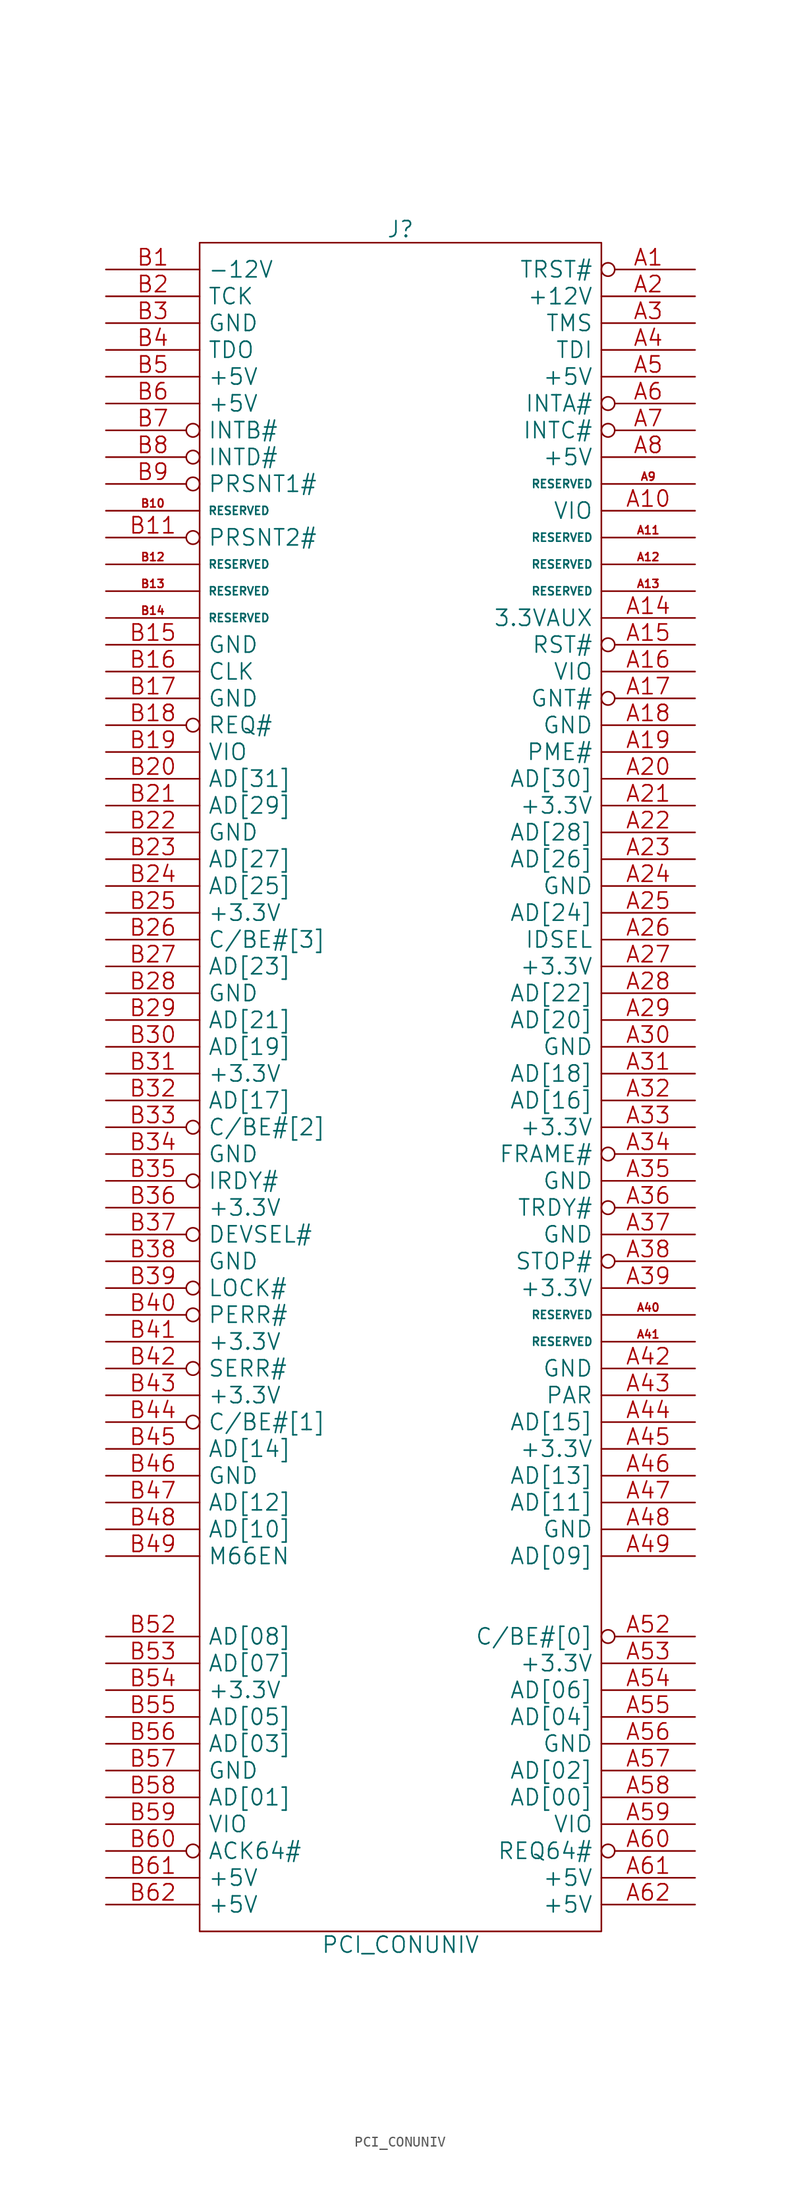
<source format=kicad_sym>
(kicad_symbol_lib
  (version 20231120)
  (generator "kicad_symbol_editor")
  (generator_version "8.0")
  (symbol "PCI_CONUNIV"
    (pin_names
      (offset 0.762))
    (property "Reference" "J"
      (at 0 81.28 0)
      (effects (font (size 1.524 1.524))))
    (property "Value" "PCI_CONUNIV"
      (at 0 -81.28 0)
      (effects (font (size 1.524 1.524))))
    (property "Footprint" ""
      (at 0 0 0)
      (effects (font (size 1.524 1.524))))
    (property "Datasheet" ""
      (at 0 0 0)
      (effects (font (size 1.524 1.524))))
    (symbol "PCI_CONUNIV_0_1"
      (rectangle (start -19.05 80.01) (end 19.05 -80.01) (stroke (width 0) (type default)) (fill (type none))))
    (symbol "PCI_CONUNIV_1_1"
      (pin output inverted (at 27.94 77.47 180) (length 8.89) (name "TRST#" (effects (font (size 1.524 1.524)))) (number "A1" (effects (font (size 1.524 1.524)))))
      (pin power_in line (at 27.94 54.61 180) (length 8.89) (name "VIO" (effects (font (size 1.524 1.524)))) (number "A10" (effects (font (size 1.524 1.524)))))
      (pin passive line (at 27.94 52.07 180) (length 8.89) (name "RESERVED" (effects (font (size 0.762 0.762)))) (number "A11" (effects (font (size 0.762 0.762)))))
      (pin passive line (at 27.94 49.53 180) (length 8.89) (name "RESERVED" (effects (font (size 0.762 0.762)))) (number "A12" (effects (font (size 0.762 0.762)))))
      (pin passive line (at 27.94 46.99 180) (length 8.89) (name "RESERVED" (effects (font (size 0.762 0.762)))) (number "A13" (effects (font (size 0.762 0.762)))))
      (pin passive line (at 27.94 44.45 180) (length 8.89) (name "3.3VAUX" (effects (font (size 1.524 1.524)))) (number "A14" (effects (font (size 1.524 1.524)))))
      (pin output inverted (at 27.94 41.91 180) (length 8.89) (name "RST#" (effects (font (size 1.524 1.524)))) (number "A15" (effects (font (size 1.524 1.524)))))
      (pin power_in line (at 27.94 39.37 180) (length 8.89) (name "VIO" (effects (font (size 1.524 1.524)))) (number "A16" (effects (font (size 1.524 1.524)))))
      (pin bidirectional inverted (at 27.94 36.83 180) (length 8.89) (name "GNT#" (effects (font (size 1.524 1.524)))) (number "A17" (effects (font (size 1.524 1.524)))))
      (pin power_in line (at 27.94 34.29 180) (length 8.89) (name "GND" (effects (font (size 1.524 1.524)))) (number "A18" (effects (font (size 1.524 1.524)))))
      (pin passive line (at 27.94 31.75 180) (length 8.89) (name "PME#" (effects (font (size 1.524 1.524)))) (number "A19" (effects (font (size 1.524 1.524)))))
      (pin power_in line (at 27.94 74.93 180) (length 8.89) (name "+12V" (effects (font (size 1.524 1.524)))) (number "A2" (effects (font (size 1.524 1.524)))))
      (pin bidirectional line (at 27.94 29.21 180) (length 8.89) (name "AD[30]" (effects (font (size 1.524 1.524)))) (number "A20" (effects (font (size 1.524 1.524)))))
      (pin power_in line (at 27.94 26.67 180) (length 8.89) (name "+3.3V" (effects (font (size 1.524 1.524)))) (number "A21" (effects (font (size 1.524 1.524)))))
      (pin bidirectional line (at 27.94 24.13 180) (length 8.89) (name "AD[28]" (effects (font (size 1.524 1.524)))) (number "A22" (effects (font (size 1.524 1.524)))))
      (pin bidirectional line (at 27.94 21.59 180) (length 8.89) (name "AD[26]" (effects (font (size 1.524 1.524)))) (number "A23" (effects (font (size 1.524 1.524)))))
      (pin power_in line (at 27.94 19.05 180) (length 8.89) (name "GND" (effects (font (size 1.524 1.524)))) (number "A24" (effects (font (size 1.524 1.524)))))
      (pin bidirectional line (at 27.94 16.51 180) (length 8.89) (name "AD[24]" (effects (font (size 1.524 1.524)))) (number "A25" (effects (font (size 1.524 1.524)))))
      (pin output line (at 27.94 13.97 180) (length 8.89) (name "IDSEL" (effects (font (size 1.524 1.524)))) (number "A26" (effects (font (size 1.524 1.524)))))
      (pin power_in line (at 27.94 11.43 180) (length 8.89) (name "+3.3V" (effects (font (size 1.524 1.524)))) (number "A27" (effects (font (size 1.524 1.524)))))
      (pin bidirectional line (at 27.94 8.89 180) (length 8.89) (name "AD[22]" (effects (font (size 1.524 1.524)))) (number "A28" (effects (font (size 1.524 1.524)))))
      (pin bidirectional line (at 27.94 6.35 180) (length 8.89) (name "AD[20]" (effects (font (size 1.524 1.524)))) (number "A29" (effects (font (size 1.524 1.524)))))
      (pin output line (at 27.94 72.39 180) (length 8.89) (name "TMS" (effects (font (size 1.524 1.524)))) (number "A3" (effects (font (size 1.524 1.524)))))
      (pin power_in line (at 27.94 3.81 180) (length 8.89) (name "GND" (effects (font (size 1.524 1.524)))) (number "A30" (effects (font (size 1.524 1.524)))))
      (pin bidirectional line (at 27.94 1.27 180) (length 8.89) (name "AD[18]" (effects (font (size 1.524 1.524)))) (number "A31" (effects (font (size 1.524 1.524)))))
      (pin bidirectional line (at 27.94 -1.27 180) (length 8.89) (name "AD[16]" (effects (font (size 1.524 1.524)))) (number "A32" (effects (font (size 1.524 1.524)))))
      (pin power_in line (at 27.94 -3.81 180) (length 8.89) (name "+3.3V" (effects (font (size 1.524 1.524)))) (number "A33" (effects (font (size 1.524 1.524)))))
      (pin bidirectional inverted (at 27.94 -6.35 180) (length 8.89) (name "FRAME#" (effects (font (size 1.524 1.524)))) (number "A34" (effects (font (size 1.524 1.524)))))
      (pin power_in line (at 27.94 -8.89 180) (length 8.89) (name "GND" (effects (font (size 1.524 1.524)))) (number "A35" (effects (font (size 1.524 1.524)))))
      (pin bidirectional inverted (at 27.94 -11.43 180) (length 8.89) (name "TRDY#" (effects (font (size 1.524 1.524)))) (number "A36" (effects (font (size 1.524 1.524)))))
      (pin power_in line (at 27.94 -13.97 180) (length 8.89) (name "GND" (effects (font (size 1.524 1.524)))) (number "A37" (effects (font (size 1.524 1.524)))))
      (pin bidirectional inverted (at 27.94 -16.51 180) (length 8.89) (name "STOP#" (effects (font (size 1.524 1.524)))) (number "A38" (effects (font (size 1.524 1.524)))))
      (pin power_in line (at 27.94 -19.05 180) (length 8.89) (name "+3.3V" (effects (font (size 1.524 1.524)))) (number "A39" (effects (font (size 1.524 1.524)))))
      (pin output line (at 27.94 69.85 180) (length 8.89) (name "TDI" (effects (font (size 1.524 1.524)))) (number "A4" (effects (font (size 1.524 1.524)))))
      (pin bidirectional line (at 27.94 -21.59 180) (length 8.89) (name "RESERVED" (effects (font (size 0.762 0.762)))) (number "A40" (effects (font (size 0.762 0.762)))))
      (pin bidirectional line (at 27.94 -24.13 180) (length 8.89) (name "RESERVED" (effects (font (size 0.762 0.762)))) (number "A41" (effects (font (size 0.762 0.762)))))
      (pin power_in line (at 27.94 -26.67 180) (length 8.89) (name "GND" (effects (font (size 1.524 1.524)))) (number "A42" (effects (font (size 1.524 1.524)))))
      (pin bidirectional line (at 27.94 -29.21 180) (length 8.89) (name "PAR" (effects (font (size 1.524 1.524)))) (number "A43" (effects (font (size 1.524 1.524)))))
      (pin bidirectional line (at 27.94 -31.75 180) (length 8.89) (name "AD[15]" (effects (font (size 1.524 1.524)))) (number "A44" (effects (font (size 1.524 1.524)))))
      (pin power_in line (at 27.94 -34.29 180) (length 8.89) (name "+3.3V" (effects (font (size 1.524 1.524)))) (number "A45" (effects (font (size 1.524 1.524)))))
      (pin bidirectional line (at 27.94 -36.83 180) (length 8.89) (name "AD[13]" (effects (font (size 1.524 1.524)))) (number "A46" (effects (font (size 1.524 1.524)))))
      (pin bidirectional line (at 27.94 -39.37 180) (length 8.89) (name "AD[11]" (effects (font (size 1.524 1.524)))) (number "A47" (effects (font (size 1.524 1.524)))))
      (pin power_in line (at 27.94 -41.91 180) (length 8.89) (name "GND" (effects (font (size 1.524 1.524)))) (number "A48" (effects (font (size 1.524 1.524)))))
      (pin bidirectional line (at 27.94 -44.45 180) (length 8.89) (name "AD[09]" (effects (font (size 1.524 1.524)))) (number "A49" (effects (font (size 1.524 1.524)))))
      (pin power_in line (at 27.94 67.31 180) (length 8.89) (name "+5V" (effects (font (size 1.524 1.524)))) (number "A5" (effects (font (size 1.524 1.524)))))
      (pin bidirectional inverted (at 27.94 -52.07 180) (length 8.89) (name "C/BE#[0]" (effects (font (size 1.524 1.524)))) (number "A52" (effects (font (size 1.524 1.524)))))
      (pin power_in line (at 27.94 -54.61 180) (length 8.89) (name "+3.3V" (effects (font (size 1.524 1.524)))) (number "A53" (effects (font (size 1.524 1.524)))))
      (pin bidirectional line (at 27.94 -57.15 180) (length 8.89) (name "AD[06]" (effects (font (size 1.524 1.524)))) (number "A54" (effects (font (size 1.524 1.524)))))
      (pin bidirectional line (at 27.94 -59.69 180) (length 8.89) (name "AD[04]" (effects (font (size 1.524 1.524)))) (number "A55" (effects (font (size 1.524 1.524)))))
      (pin power_in line (at 27.94 -62.23 180) (length 8.89) (name "GND" (effects (font (size 1.524 1.524)))) (number "A56" (effects (font (size 1.524 1.524)))))
      (pin bidirectional line (at 27.94 -64.77 180) (length 8.89) (name "AD[02]" (effects (font (size 1.524 1.524)))) (number "A57" (effects (font (size 1.524 1.524)))))
      (pin bidirectional line (at 27.94 -67.31 180) (length 8.89) (name "AD[00]" (effects (font (size 1.524 1.524)))) (number "A58" (effects (font (size 1.524 1.524)))))
      (pin power_in line (at 27.94 -69.85 180) (length 8.89) (name "VIO" (effects (font (size 1.524 1.524)))) (number "A59" (effects (font (size 1.524 1.524)))))
      (pin input inverted (at 27.94 64.77 180) (length 8.89) (name "INTA#" (effects (font (size 1.524 1.524)))) (number "A6" (effects (font (size 1.524 1.524)))))
      (pin bidirectional inverted (at 27.94 -72.39 180) (length 8.89) (name "REQ64#" (effects (font (size 1.524 1.524)))) (number "A60" (effects (font (size 1.524 1.524)))))
      (pin power_in line (at 27.94 -74.93 180) (length 8.89) (name "+5V" (effects (font (size 1.524 1.524)))) (number "A61" (effects (font (size 1.524 1.524)))))
      (pin power_in line (at 27.94 -77.47 180) (length 8.89) (name "+5V" (effects (font (size 1.524 1.524)))) (number "A62" (effects (font (size 1.524 1.524)))))
      (pin input inverted (at 27.94 62.23 180) (length 8.89) (name "INTC#" (effects (font (size 1.524 1.524)))) (number "A7" (effects (font (size 1.524 1.524)))))
      (pin power_in line (at 27.94 59.69 180) (length 8.89) (name "+5V" (effects (font (size 1.524 1.524)))) (number "A8" (effects (font (size 1.524 1.524)))))
      (pin passive line (at 27.94 57.15 180) (length 8.89) (name "RESERVED" (effects (font (size 0.762 0.762)))) (number "A9" (effects (font (size 0.762 0.762)))))
      (pin power_in line (at -27.94 77.47 0) (length 8.89) (name "-12V" (effects (font (size 1.524 1.524)))) (number "B1" (effects (font (size 1.524 1.524)))))
      (pin passive line (at -27.94 54.61 0) (length 8.89) (name "RESERVED" (effects (font (size 0.762 0.762)))) (number "B10" (effects (font (size 0.762 0.762)))))
      (pin input inverted (at -27.94 52.07 0) (length 8.89) (name "PRSNT2#" (effects (font (size 1.524 1.524)))) (number "B11" (effects (font (size 1.524 1.524)))))
      (pin passive line (at -27.94 49.53 0) (length 8.89) (name "RESERVED" (effects (font (size 0.762 0.762)))) (number "B12" (effects (font (size 0.762 0.762)))))
      (pin passive line (at -27.94 46.99 0) (length 8.89) (name "RESERVED" (effects (font (size 0.762 0.762)))) (number "B13" (effects (font (size 0.762 0.762)))))
      (pin passive line (at -27.94 44.45 0) (length 8.89) (name "RESERVED" (effects (font (size 0.762 0.762)))) (number "B14" (effects (font (size 0.762 0.762)))))
      (pin power_in line (at -27.94 41.91 0) (length 8.89) (name "GND" (effects (font (size 1.524 1.524)))) (number "B15" (effects (font (size 1.524 1.524)))))
      (pin output line (at -27.94 39.37 0) (length 8.89) (name "CLK" (effects (font (size 1.524 1.524)))) (number "B16" (effects (font (size 1.524 1.524)))))
      (pin power_in line (at -27.94 36.83 0) (length 8.89) (name "GND" (effects (font (size 1.524 1.524)))) (number "B17" (effects (font (size 1.524 1.524)))))
      (pin bidirectional inverted (at -27.94 34.29 0) (length 8.89) (name "REQ#" (effects (font (size 1.524 1.524)))) (number "B18" (effects (font (size 1.524 1.524)))))
      (pin power_in line (at -27.94 31.75 0) (length 8.89) (name "VIO" (effects (font (size 1.524 1.524)))) (number "B19" (effects (font (size 1.524 1.524)))))
      (pin output line (at -27.94 74.93 0) (length 8.89) (name "TCK" (effects (font (size 1.524 1.524)))) (number "B2" (effects (font (size 1.524 1.524)))))
      (pin bidirectional line (at -27.94 29.21 0) (length 8.89) (name "AD[31]" (effects (font (size 1.524 1.524)))) (number "B20" (effects (font (size 1.524 1.524)))))
      (pin bidirectional line (at -27.94 26.67 0) (length 8.89) (name "AD[29]" (effects (font (size 1.524 1.524)))) (number "B21" (effects (font (size 1.524 1.524)))))
      (pin power_in line (at -27.94 24.13 0) (length 8.89) (name "GND" (effects (font (size 1.524 1.524)))) (number "B22" (effects (font (size 1.524 1.524)))))
      (pin bidirectional line (at -27.94 21.59 0) (length 8.89) (name "AD[27]" (effects (font (size 1.524 1.524)))) (number "B23" (effects (font (size 1.524 1.524)))))
      (pin bidirectional line (at -27.94 19.05 0) (length 8.89) (name "AD[25]" (effects (font (size 1.524 1.524)))) (number "B24" (effects (font (size 1.524 1.524)))))
      (pin power_in line (at -27.94 16.51 0) (length 8.89) (name "+3.3V" (effects (font (size 1.524 1.524)))) (number "B25" (effects (font (size 1.524 1.524)))))
      (pin bidirectional line (at -27.94 13.97 0) (length 8.89) (name "C/BE#[3]" (effects (font (size 1.524 1.524)))) (number "B26" (effects (font (size 1.524 1.524)))))
      (pin bidirectional line (at -27.94 11.43 0) (length 8.89) (name "AD[23]" (effects (font (size 1.524 1.524)))) (number "B27" (effects (font (size 1.524 1.524)))))
      (pin power_in line (at -27.94 8.89 0) (length 8.89) (name "GND" (effects (font (size 1.524 1.524)))) (number "B28" (effects (font (size 1.524 1.524)))))
      (pin bidirectional line (at -27.94 6.35 0) (length 8.89) (name "AD[21]" (effects (font (size 1.524 1.524)))) (number "B29" (effects (font (size 1.524 1.524)))))
      (pin input line (at -27.94 72.39 0) (length 8.89) (name "GND" (effects (font (size 1.524 1.524)))) (number "B3" (effects (font (size 1.524 1.524)))))
      (pin bidirectional line (at -27.94 3.81 0) (length 8.89) (name "AD[19]" (effects (font (size 1.524 1.524)))) (number "B30" (effects (font (size 1.524 1.524)))))
      (pin power_in line (at -27.94 1.27 0) (length 8.89) (name "+3.3V" (effects (font (size 1.524 1.524)))) (number "B31" (effects (font (size 1.524 1.524)))))
      (pin bidirectional line (at -27.94 -1.27 0) (length 8.89) (name "AD[17]" (effects (font (size 1.524 1.524)))) (number "B32" (effects (font (size 1.524 1.524)))))
      (pin bidirectional inverted (at -27.94 -3.81 0) (length 8.89) (name "C/BE#[2]" (effects (font (size 1.524 1.524)))) (number "B33" (effects (font (size 1.524 1.524)))))
      (pin power_in line (at -27.94 -6.35 0) (length 8.89) (name "GND" (effects (font (size 1.524 1.524)))) (number "B34" (effects (font (size 1.524 1.524)))))
      (pin bidirectional inverted (at -27.94 -8.89 0) (length 8.89) (name "IRDY#" (effects (font (size 1.524 1.524)))) (number "B35" (effects (font (size 1.524 1.524)))))
      (pin power_in line (at -27.94 -11.43 0) (length 8.89) (name "+3.3V" (effects (font (size 1.524 1.524)))) (number "B36" (effects (font (size 1.524 1.524)))))
      (pin bidirectional inverted (at -27.94 -13.97 0) (length 8.89) (name "DEVSEL#" (effects (font (size 1.524 1.524)))) (number "B37" (effects (font (size 1.524 1.524)))))
      (pin power_in line (at -27.94 -16.51 0) (length 8.89) (name "GND" (effects (font (size 1.524 1.524)))) (number "B38" (effects (font (size 1.524 1.524)))))
      (pin bidirectional inverted (at -27.94 -19.05 0) (length 8.89) (name "LOCK#" (effects (font (size 1.524 1.524)))) (number "B39" (effects (font (size 1.524 1.524)))))
      (pin input line (at -27.94 69.85 0) (length 8.89) (name "TDO" (effects (font (size 1.524 1.524)))) (number "B4" (effects (font (size 1.524 1.524)))))
      (pin bidirectional inverted (at -27.94 -21.59 0) (length 8.89) (name "PERR#" (effects (font (size 1.524 1.524)))) (number "B40" (effects (font (size 1.524 1.524)))))
      (pin power_in line (at -27.94 -24.13 0) (length 8.89) (name "+3.3V" (effects (font (size 1.524 1.524)))) (number "B41" (effects (font (size 1.524 1.524)))))
      (pin input inverted (at -27.94 -26.67 0) (length 8.89) (name "SERR#" (effects (font (size 1.524 1.524)))) (number "B42" (effects (font (size 1.524 1.524)))))
      (pin power_in line (at -27.94 -29.21 0) (length 8.89) (name "+3.3V" (effects (font (size 1.524 1.524)))) (number "B43" (effects (font (size 1.524 1.524)))))
      (pin bidirectional inverted (at -27.94 -31.75 0) (length 8.89) (name "C/BE#[1]" (effects (font (size 1.524 1.524)))) (number "B44" (effects (font (size 1.524 1.524)))))
      (pin bidirectional line (at -27.94 -34.29 0) (length 8.89) (name "AD[14]" (effects (font (size 1.524 1.524)))) (number "B45" (effects (font (size 1.524 1.524)))))
      (pin power_in line (at -27.94 -36.83 0) (length 8.89) (name "GND" (effects (font (size 1.524 1.524)))) (number "B46" (effects (font (size 1.524 1.524)))))
      (pin bidirectional line (at -27.94 -39.37 0) (length 8.89) (name "AD[12]" (effects (font (size 1.524 1.524)))) (number "B47" (effects (font (size 1.524 1.524)))))
      (pin bidirectional line (at -27.94 -41.91 0) (length 8.89) (name "AD[10]" (effects (font (size 1.524 1.524)))) (number "B48" (effects (font (size 1.524 1.524)))))
      (pin power_in line (at -27.94 -44.45 0) (length 8.89) (name "M66EN" (effects (font (size 1.524 1.524)))) (number "B49" (effects (font (size 1.524 1.524)))))
      (pin power_in line (at -27.94 67.31 0) (length 8.89) (name "+5V" (effects (font (size 1.524 1.524)))) (number "B5" (effects (font (size 1.524 1.524)))))
      (pin bidirectional line (at -27.94 -52.07 0) (length 8.89) (name "AD[08]" (effects (font (size 1.524 1.524)))) (number "B52" (effects (font (size 1.524 1.524)))))
      (pin bidirectional line (at -27.94 -54.61 0) (length 8.89) (name "AD[07]" (effects (font (size 1.524 1.524)))) (number "B53" (effects (font (size 1.524 1.524)))))
      (pin input line (at -27.94 -57.15 0) (length 8.89) (name "+3.3V" (effects (font (size 1.524 1.524)))) (number "B54" (effects (font (size 1.524 1.524)))))
      (pin bidirectional line (at -27.94 -59.69 0) (length 8.89) (name "AD[05]" (effects (font (size 1.524 1.524)))) (number "B55" (effects (font (size 1.524 1.524)))))
      (pin bidirectional line (at -27.94 -62.23 0) (length 8.89) (name "AD[03]" (effects (font (size 1.524 1.524)))) (number "B56" (effects (font (size 1.524 1.524)))))
      (pin power_in line (at -27.94 -64.77 0) (length 8.89) (name "GND" (effects (font (size 1.524 1.524)))) (number "B57" (effects (font (size 1.524 1.524)))))
      (pin bidirectional line (at -27.94 -67.31 0) (length 8.89) (name "AD[01]" (effects (font (size 1.524 1.524)))) (number "B58" (effects (font (size 1.524 1.524)))))
      (pin power_in line (at -27.94 -69.85 0) (length 8.89) (name "VIO" (effects (font (size 1.524 1.524)))) (number "B59" (effects (font (size 1.524 1.524)))))
      (pin power_in line (at -27.94 64.77 0) (length 8.89) (name "+5V" (effects (font (size 1.524 1.524)))) (number "B6" (effects (font (size 1.524 1.524)))))
      (pin bidirectional inverted (at -27.94 -72.39 0) (length 8.89) (name "ACK64#" (effects (font (size 1.524 1.524)))) (number "B60" (effects (font (size 1.524 1.524)))))
      (pin power_in line (at -27.94 -74.93 0) (length 8.89) (name "+5V" (effects (font (size 1.524 1.524)))) (number "B61" (effects (font (size 1.524 1.524)))))
      (pin power_in line (at -27.94 -77.47 0) (length 8.89) (name "+5V" (effects (font (size 1.524 1.524)))) (number "B62" (effects (font (size 1.524 1.524)))))
      (pin input inverted (at -27.94 62.23 0) (length 8.89) (name "INTB#" (effects (font (size 1.524 1.524)))) (number "B7" (effects (font (size 1.524 1.524)))))
      (pin input inverted (at -27.94 59.69 0) (length 8.89) (name "INTD#" (effects (font (size 1.524 1.524)))) (number "B8" (effects (font (size 1.524 1.524)))))
      (pin input inverted (at -27.94 57.15 0) (length 8.89) (name "PRSNT1#" (effects (font (size 1.524 1.524)))) (number "B9" (effects (font (size 1.524 1.524))))))))
</source>
